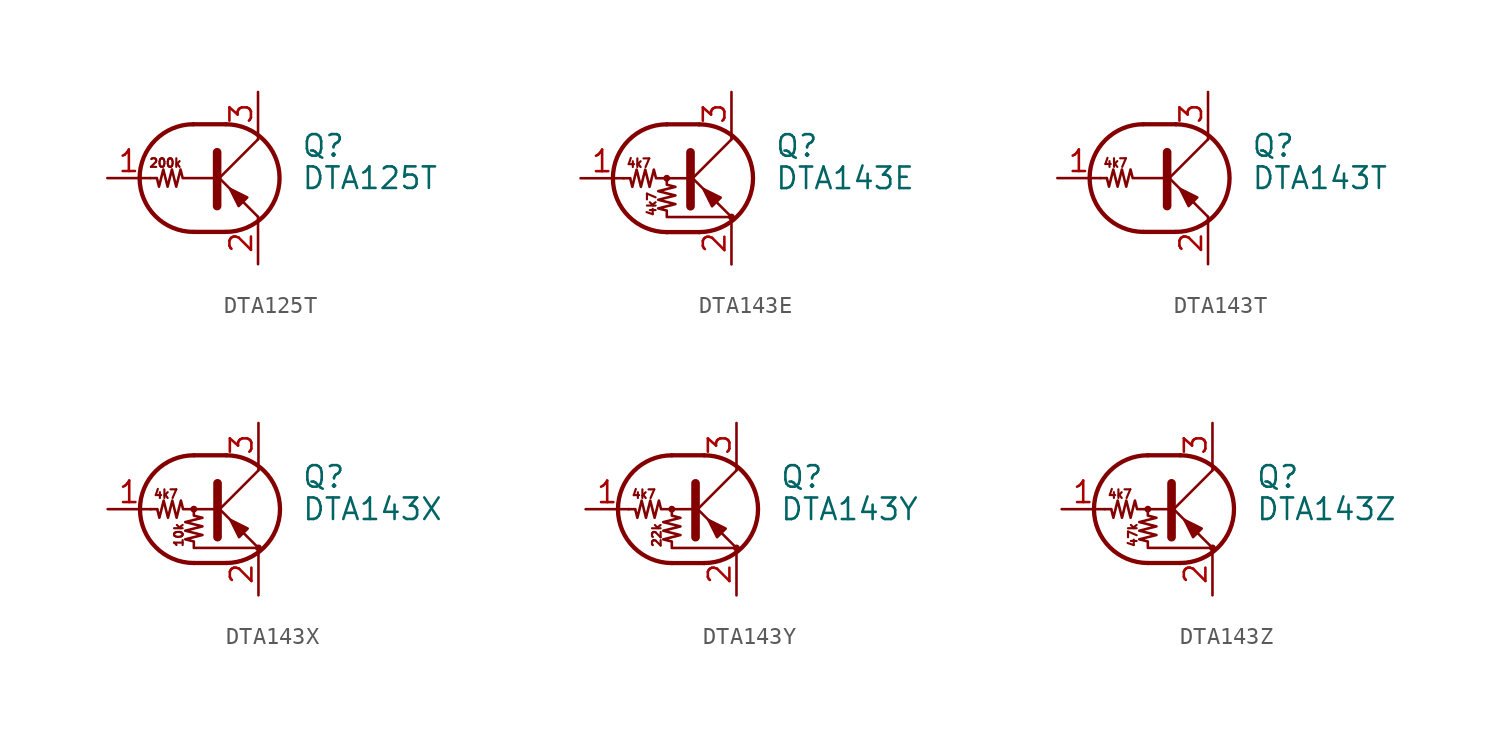
<source format=kicad_sym>
(kicad_symbol_lib
  (version 20201005)
  (generator kicad_symbol_editor)
  (symbol "DTA125T"
    (pin_names
      (offset 0) hide)
    (property "Reference" "Q"
      (at 5.08 1.905 0)
      (effects (font (size 1.27 1.27)) (justify left)))
    (property "Value" "DTA125T"
      (at 5.08 0 0)
      (effects (font (size 1.27 1.27)) (justify left)))
    (symbol "DTA125T_0_0"
      (text "200k" (at -2.921 0.889 0) (effects (font (size 0.508 0.508))))
      (polyline (pts (xy 2.54 -2.286) (xy 2.54 -2.54)) (stroke (width 0)) (fill (type none))))
    (symbol "DTA125T_0_1"
      (arc (start -1.27 3.175) (end -1.27 -3.175) (radius (at -1.27 0) (length 3.175) (angles 90.1 -90.1)) (stroke (width 0.254)) (fill (type none)))
      (arc (start 0.635 -3.175) (end 0.635 3.175) (radius (at 0.635 0) (length 3.175) (angles -89.9 89.9)) (stroke (width 0.254)) (fill (type none)))
      (polyline (pts (xy -3.429 0) (xy -3.81 0)) (stroke (width 0)) (fill (type none)))
      (polyline (pts (xy -1.27 -3.175) (xy 0.635 -3.175)) (stroke (width 0.254)) (fill (type none)))
      (polyline (pts (xy -1.27 3.175) (xy 0.635 3.175)) (stroke (width 0.254)) (fill (type none)))
      (polyline (pts (xy 0 -0.254) (xy 2.54 2.286)) (stroke (width 0)) (fill (type none)))
      (polyline (pts (xy 2.54 2.286) (xy 2.54 2.54)) (stroke (width 0)) (fill (type none)))
      (polyline (pts (xy 2.54 -2.286) (xy 0 0.254) (xy 0 0.254)) (stroke (width 0)) (fill (type none)))
      (polyline (pts (xy 0 0) (xy -1.905 0) (xy -2.032 0.508) (xy -2.286 -0.508) (xy -2.54 0.508) (xy -2.794 -0.508) (xy -3.048 0.508) (xy -3.302 -0.508) (xy -3.429 0)) (stroke (width 0)) (fill (type none)))
      (polyline (pts (xy 0.127 1.524) (xy 0.127 -1.651)) (stroke (width 0.508)) (fill (type outline)))
      (polyline (pts (xy 1.397 -1.651) (xy 1.905 -1.143) (xy 0.889 -0.635) (xy 1.397 -1.651)) (stroke (width 0)) (fill (type outline))))
    (symbol "DTA125T_1_1"
      (pin input line (at -6.35 0 0) (length 2.54) (name "B" (effects (font (size 1.27 1.27)))) (number "1" (effects (font (size 1.27 1.27)))))
      (pin passive line (at 2.54 -5.08 90) (length 2.54) (name "E" (effects (font (size 1.27 1.27)))) (number "2" (effects (font (size 1.27 1.27)))))
      (pin passive line (at 2.54 5.08 270) (length 2.54) (name "C" (effects (font (size 1.27 1.27)))) (number "3" (effects (font (size 1.27 1.27)))))))
  (symbol "DTA143E"
    (pin_names
      (offset 0) hide)
    (property "Reference" "Q"
      (at 5.08 1.905 0)
      (effects (font (size 1.27 1.27)) (justify left)))
    (property "Value" "DTA143E"
      (at 5.08 0 0)
      (effects (font (size 1.27 1.27)) (justify left)))
    (symbol "DTA143E_0_0"
      (text "4k7" (at -2.921 0.889 0) (effects (font (size 0.508 0.508))))
      (text "4k7" (at -2.159 -1.524 900) (effects (font (size 0.508 0.508)))))
    (symbol "DTA143E_0_1"
      (arc (start -1.27 3.175) (end -1.27 -3.175) (radius (at -1.27 0) (length 3.175) (angles 90.1 -90.1)) (stroke (width 0.254)) (fill (type none)))
      (arc (start 0.635 -3.175) (end 0.635 3.175) (radius (at 0.635 0) (length 3.175) (angles -89.9 89.9)) (stroke (width 0.254)) (fill (type none)))
      (circle (center -1.27 0) (radius 0.127) (stroke (width 0)) (fill (type none)))
      (circle (center 2.54 -2.286) (radius 0.127) (stroke (width 0)) (fill (type none)))
      (polyline (pts (xy -3.429 0) (xy -3.81 0)) (stroke (width 0)) (fill (type none)))
      (polyline (pts (xy -1.27 -3.175) (xy 0.635 -3.175)) (stroke (width 0.254)) (fill (type none)))
      (polyline (pts (xy -1.27 3.175) (xy 0.635 3.175)) (stroke (width 0.254)) (fill (type none)))
      (polyline (pts (xy 0 -0.254) (xy 2.54 2.286)) (stroke (width 0)) (fill (type none)))
      (polyline (pts (xy 2.54 2.286) (xy 2.54 2.54)) (stroke (width 0)) (fill (type none)))
      (polyline (pts (xy 2.54 -2.286) (xy 0 0.254) (xy 0 0.254)) (stroke (width 0)) (fill (type none)))
      (polyline (pts (xy 0 0) (xy -1.905 0) (xy -2.032 0.508) (xy -2.286 -0.508) (xy -2.54 0.508) (xy -2.794 -0.508) (xy -3.048 0.508) (xy -3.302 -0.508) (xy -3.429 0)) (stroke (width 0)) (fill (type none)))
      (polyline (pts (xy -1.27 0) (xy -1.27 -0.381) (xy -0.762 -0.508) (xy -1.778 -0.762) (xy -0.762 -1.016) (xy -1.778 -1.27) (xy -0.762 -1.524) (xy -1.778 -1.778) (xy -1.27 -1.905) (xy -1.27 -2.286) (xy 2.54 -2.286)) (stroke (width 0)) (fill (type none)))
      (polyline (pts (xy 0.127 1.524) (xy 0.127 -1.651)) (stroke (width 0.508)) (fill (type outline)))
      (polyline (pts (xy 1.397 -1.651) (xy 1.905 -1.143) (xy 0.889 -0.635) (xy 1.397 -1.651)) (stroke (width 0)) (fill (type outline))))
    (symbol "DTA143E_1_1"
      (pin input line (at -6.35 0 0) (length 2.54) (name "B" (effects (font (size 1.27 1.27)))) (number "1" (effects (font (size 1.27 1.27)))))
      (pin passive line (at 2.54 -5.08 90) (length 2.54) (name "E" (effects (font (size 1.27 1.27)))) (number "2" (effects (font (size 1.27 1.27)))))
      (pin passive line (at 2.54 5.08 270) (length 2.54) (name "C" (effects (font (size 1.27 1.27)))) (number "3" (effects (font (size 1.27 1.27)))))))
  (symbol "DTA143T"
    (pin_names
      (offset 0) hide)
    (property "Reference" "Q"
      (at 5.08 1.905 0)
      (effects (font (size 1.27 1.27)) (justify left)))
    (property "Value" "DTA143T"
      (at 5.08 0 0)
      (effects (font (size 1.27 1.27)) (justify left)))
    (symbol "DTA143T_0_0"
      (text "4k7" (at -2.921 0.889 0) (effects (font (size 0.508 0.508))))
      (polyline (pts (xy 2.54 -2.286) (xy 2.54 -2.54)) (stroke (width 0)) (fill (type none))))
    (symbol "DTA143T_0_1"
      (arc (start -1.27 3.175) (end -1.27 -3.175) (radius (at -1.27 0) (length 3.175) (angles 90.1 -90.1)) (stroke (width 0.254)) (fill (type none)))
      (arc (start 0.635 -3.175) (end 0.635 3.175) (radius (at 0.635 0) (length 3.175) (angles -89.9 89.9)) (stroke (width 0.254)) (fill (type none)))
      (polyline (pts (xy -3.429 0) (xy -3.81 0)) (stroke (width 0)) (fill (type none)))
      (polyline (pts (xy -1.27 -3.175) (xy 0.635 -3.175)) (stroke (width 0.254)) (fill (type none)))
      (polyline (pts (xy -1.27 3.175) (xy 0.635 3.175)) (stroke (width 0.254)) (fill (type none)))
      (polyline (pts (xy 0 -0.254) (xy 2.54 2.286)) (stroke (width 0)) (fill (type none)))
      (polyline (pts (xy 2.54 2.286) (xy 2.54 2.54)) (stroke (width 0)) (fill (type none)))
      (polyline (pts (xy 2.54 -2.286) (xy 0 0.254) (xy 0 0.254)) (stroke (width 0)) (fill (type none)))
      (polyline (pts (xy 0 0) (xy -1.905 0) (xy -2.032 0.508) (xy -2.286 -0.508) (xy -2.54 0.508) (xy -2.794 -0.508) (xy -3.048 0.508) (xy -3.302 -0.508) (xy -3.429 0)) (stroke (width 0)) (fill (type none)))
      (polyline (pts (xy 0.127 1.524) (xy 0.127 -1.651)) (stroke (width 0.508)) (fill (type outline)))
      (polyline (pts (xy 1.397 -1.651) (xy 1.905 -1.143) (xy 0.889 -0.635) (xy 1.397 -1.651)) (stroke (width 0)) (fill (type outline))))
    (symbol "DTA143T_1_1"
      (pin input line (at -6.35 0 0) (length 2.54) (name "B" (effects (font (size 1.27 1.27)))) (number "1" (effects (font (size 1.27 1.27)))))
      (pin passive line (at 2.54 -5.08 90) (length 2.54) (name "E" (effects (font (size 1.27 1.27)))) (number "2" (effects (font (size 1.27 1.27)))))
      (pin passive line (at 2.54 5.08 270) (length 2.54) (name "C" (effects (font (size 1.27 1.27)))) (number "3" (effects (font (size 1.27 1.27)))))))
  (symbol "DTA143X"
    (pin_names
      (offset 0) hide)
    (property "Reference" "Q"
      (at 5.08 1.905 0)
      (effects (font (size 1.27 1.27)) (justify left)))
    (property "Value" "DTA143X"
      (at 5.08 0 0)
      (effects (font (size 1.27 1.27)) (justify left)))
    (symbol "DTA143X_0_0"
      (text "10k" (at -2.159 -1.524 900) (effects (font (size 0.508 0.508))))
      (text "4k7" (at -2.921 0.889 0) (effects (font (size 0.508 0.508)))))
    (symbol "DTA143X_0_1"
      (arc (start -1.27 3.175) (end -1.27 -3.175) (radius (at -1.27 0) (length 3.175) (angles 90.1 -90.1)) (stroke (width 0.254)) (fill (type none)))
      (arc (start 0.635 -3.175) (end 0.635 3.175) (radius (at 0.635 0) (length 3.175) (angles -89.9 89.9)) (stroke (width 0.254)) (fill (type none)))
      (circle (center -1.27 0) (radius 0.127) (stroke (width 0)) (fill (type none)))
      (circle (center 2.54 -2.286) (radius 0.127) (stroke (width 0)) (fill (type none)))
      (polyline (pts (xy -3.429 0) (xy -3.81 0)) (stroke (width 0)) (fill (type none)))
      (polyline (pts (xy -1.27 -3.175) (xy 0.635 -3.175)) (stroke (width 0.254)) (fill (type none)))
      (polyline (pts (xy -1.27 3.175) (xy 0.635 3.175)) (stroke (width 0.254)) (fill (type none)))
      (polyline (pts (xy 0 -0.254) (xy 2.54 2.286)) (stroke (width 0)) (fill (type none)))
      (polyline (pts (xy 2.54 2.286) (xy 2.54 2.54)) (stroke (width 0)) (fill (type none)))
      (polyline (pts (xy 2.54 -2.286) (xy 0 0.254) (xy 0 0.254)) (stroke (width 0)) (fill (type none)))
      (polyline (pts (xy 0 0) (xy -1.905 0) (xy -2.032 0.508) (xy -2.286 -0.508) (xy -2.54 0.508) (xy -2.794 -0.508) (xy -3.048 0.508) (xy -3.302 -0.508) (xy -3.429 0)) (stroke (width 0)) (fill (type none)))
      (polyline (pts (xy -1.27 0) (xy -1.27 -0.381) (xy -0.762 -0.508) (xy -1.778 -0.762) (xy -0.762 -1.016) (xy -1.778 -1.27) (xy -0.762 -1.524) (xy -1.778 -1.778) (xy -1.27 -1.905) (xy -1.27 -2.286) (xy 2.54 -2.286)) (stroke (width 0)) (fill (type none)))
      (polyline (pts (xy 0.127 1.524) (xy 0.127 -1.651)) (stroke (width 0.508)) (fill (type outline)))
      (polyline (pts (xy 1.397 -1.651) (xy 1.905 -1.143) (xy 0.889 -0.635) (xy 1.397 -1.651)) (stroke (width 0)) (fill (type outline))))
    (symbol "DTA143X_1_1"
      (pin input line (at -6.35 0 0) (length 2.54) (name "B" (effects (font (size 1.27 1.27)))) (number "1" (effects (font (size 1.27 1.27)))))
      (pin passive line (at 2.54 -5.08 90) (length 2.54) (name "E" (effects (font (size 1.27 1.27)))) (number "2" (effects (font (size 1.27 1.27)))))
      (pin passive line (at 2.54 5.08 270) (length 2.54) (name "C" (effects (font (size 1.27 1.27)))) (number "3" (effects (font (size 1.27 1.27)))))))
  (symbol "DTA143Y"
    (pin_names
      (offset 0) hide)
    (property "Reference" "Q"
      (at 5.08 1.905 0)
      (effects (font (size 1.27 1.27)) (justify left)))
    (property "Value" "DTA143Y"
      (at 5.08 0 0)
      (effects (font (size 1.27 1.27)) (justify left)))
    (symbol "DTA143Y_0_0"
      (text "22k" (at -2.159 -1.524 900) (effects (font (size 0.508 0.508))))
      (text "4k7" (at -2.921 0.889 0) (effects (font (size 0.508 0.508)))))
    (symbol "DTA143Y_0_1"
      (arc (start -1.27 3.175) (end -1.27 -3.175) (radius (at -1.27 0) (length 3.175) (angles 90.1 -90.1)) (stroke (width 0.254)) (fill (type none)))
      (arc (start 0.635 -3.175) (end 0.635 3.175) (radius (at 0.635 0) (length 3.175) (angles -89.9 89.9)) (stroke (width 0.254)) (fill (type none)))
      (circle (center -1.27 0) (radius 0.127) (stroke (width 0)) (fill (type none)))
      (circle (center 2.54 -2.286) (radius 0.127) (stroke (width 0)) (fill (type none)))
      (polyline (pts (xy -3.429 0) (xy -3.81 0)) (stroke (width 0)) (fill (type none)))
      (polyline (pts (xy -1.27 -3.175) (xy 0.635 -3.175)) (stroke (width 0.254)) (fill (type none)))
      (polyline (pts (xy -1.27 3.175) (xy 0.635 3.175)) (stroke (width 0.254)) (fill (type none)))
      (polyline (pts (xy 0 -0.254) (xy 2.54 2.286)) (stroke (width 0)) (fill (type none)))
      (polyline (pts (xy 2.54 2.286) (xy 2.54 2.54)) (stroke (width 0)) (fill (type none)))
      (polyline (pts (xy 2.54 -2.286) (xy 0 0.254) (xy 0 0.254)) (stroke (width 0)) (fill (type none)))
      (polyline (pts (xy 0 0) (xy -1.905 0) (xy -2.032 0.508) (xy -2.286 -0.508) (xy -2.54 0.508) (xy -2.794 -0.508) (xy -3.048 0.508) (xy -3.302 -0.508) (xy -3.429 0)) (stroke (width 0)) (fill (type none)))
      (polyline (pts (xy -1.27 0) (xy -1.27 -0.381) (xy -0.762 -0.508) (xy -1.778 -0.762) (xy -0.762 -1.016) (xy -1.778 -1.27) (xy -0.762 -1.524) (xy -1.778 -1.778) (xy -1.27 -1.905) (xy -1.27 -2.286) (xy 2.54 -2.286)) (stroke (width 0)) (fill (type none)))
      (polyline (pts (xy 0.127 1.524) (xy 0.127 -1.651)) (stroke (width 0.508)) (fill (type outline)))
      (polyline (pts (xy 1.397 -1.651) (xy 1.905 -1.143) (xy 0.889 -0.635) (xy 1.397 -1.651)) (stroke (width 0)) (fill (type outline))))
    (symbol "DTA143Y_1_1"
      (pin input line (at -6.35 0 0) (length 2.54) (name "B" (effects (font (size 1.27 1.27)))) (number "1" (effects (font (size 1.27 1.27)))))
      (pin passive line (at 2.54 -5.08 90) (length 2.54) (name "E" (effects (font (size 1.27 1.27)))) (number "2" (effects (font (size 1.27 1.27)))))
      (pin passive line (at 2.54 5.08 270) (length 2.54) (name "C" (effects (font (size 1.27 1.27)))) (number "3" (effects (font (size 1.27 1.27)))))))
  (symbol "DTA143Z"
    (pin_names
      (offset 0) hide)
    (property "Reference" "Q"
      (at 5.08 1.905 0)
      (effects (font (size 1.27 1.27)) (justify left)))
    (property "Value" "DTA143Z"
      (at 5.08 0 0)
      (effects (font (size 1.27 1.27)) (justify left)))
    (symbol "DTA143Z_0_0"
      (text "47k" (at -2.159 -1.524 900) (effects (font (size 0.508 0.508))))
      (text "4k7" (at -2.921 0.889 0) (effects (font (size 0.508 0.508)))))
    (symbol "DTA143Z_0_1"
      (arc (start -1.27 3.175) (end -1.27 -3.175) (radius (at -1.27 0) (length 3.175) (angles 90.1 -90.1)) (stroke (width 0.254)) (fill (type none)))
      (arc (start 0.635 -3.175) (end 0.635 3.175) (radius (at 0.635 0) (length 3.175) (angles -89.9 89.9)) (stroke (width 0.254)) (fill (type none)))
      (circle (center -1.27 0) (radius 0.127) (stroke (width 0)) (fill (type none)))
      (circle (center 2.54 -2.286) (radius 0.127) (stroke (width 0)) (fill (type none)))
      (polyline (pts (xy -3.429 0) (xy -3.81 0)) (stroke (width 0)) (fill (type none)))
      (polyline (pts (xy -1.27 -3.175) (xy 0.635 -3.175)) (stroke (width 0.254)) (fill (type none)))
      (polyline (pts (xy -1.27 3.175) (xy 0.635 3.175)) (stroke (width 0.254)) (fill (type none)))
      (polyline (pts (xy 0 -0.254) (xy 2.54 2.286)) (stroke (width 0)) (fill (type none)))
      (polyline (pts (xy 2.54 2.286) (xy 2.54 2.54)) (stroke (width 0)) (fill (type none)))
      (polyline (pts (xy 2.54 -2.286) (xy 0 0.254) (xy 0 0.254)) (stroke (width 0)) (fill (type none)))
      (polyline (pts (xy 0 0) (xy -1.905 0) (xy -2.032 0.508) (xy -2.286 -0.508) (xy -2.54 0.508) (xy -2.794 -0.508) (xy -3.048 0.508) (xy -3.302 -0.508) (xy -3.429 0)) (stroke (width 0)) (fill (type none)))
      (polyline (pts (xy -1.27 0) (xy -1.27 -0.381) (xy -0.762 -0.508) (xy -1.778 -0.762) (xy -0.762 -1.016) (xy -1.778 -1.27) (xy -0.762 -1.524) (xy -1.778 -1.778) (xy -1.27 -1.905) (xy -1.27 -2.286) (xy 2.54 -2.286)) (stroke (width 0)) (fill (type none)))
      (polyline (pts (xy 0.127 1.524) (xy 0.127 -1.651)) (stroke (width 0.508)) (fill (type outline)))
      (polyline (pts (xy 1.397 -1.651) (xy 1.905 -1.143) (xy 0.889 -0.635) (xy 1.397 -1.651)) (stroke (width 0)) (fill (type outline))))
    (symbol "DTA143Z_1_1"
      (pin input line (at -6.35 0 0) (length 2.54) (name "B" (effects (font (size 1.27 1.27)))) (number "1" (effects (font (size 1.27 1.27)))))
      (pin passive line (at 2.54 -5.08 90) (length 2.54) (name "E" (effects (font (size 1.27 1.27)))) (number "2" (effects (font (size 1.27 1.27)))))
      (pin passive line (at 2.54 5.08 270) (length 2.54) (name "C" (effects (font (size 1.27 1.27)))) (number "3" (effects (font (size 1.27 1.27))))))))
</source>
